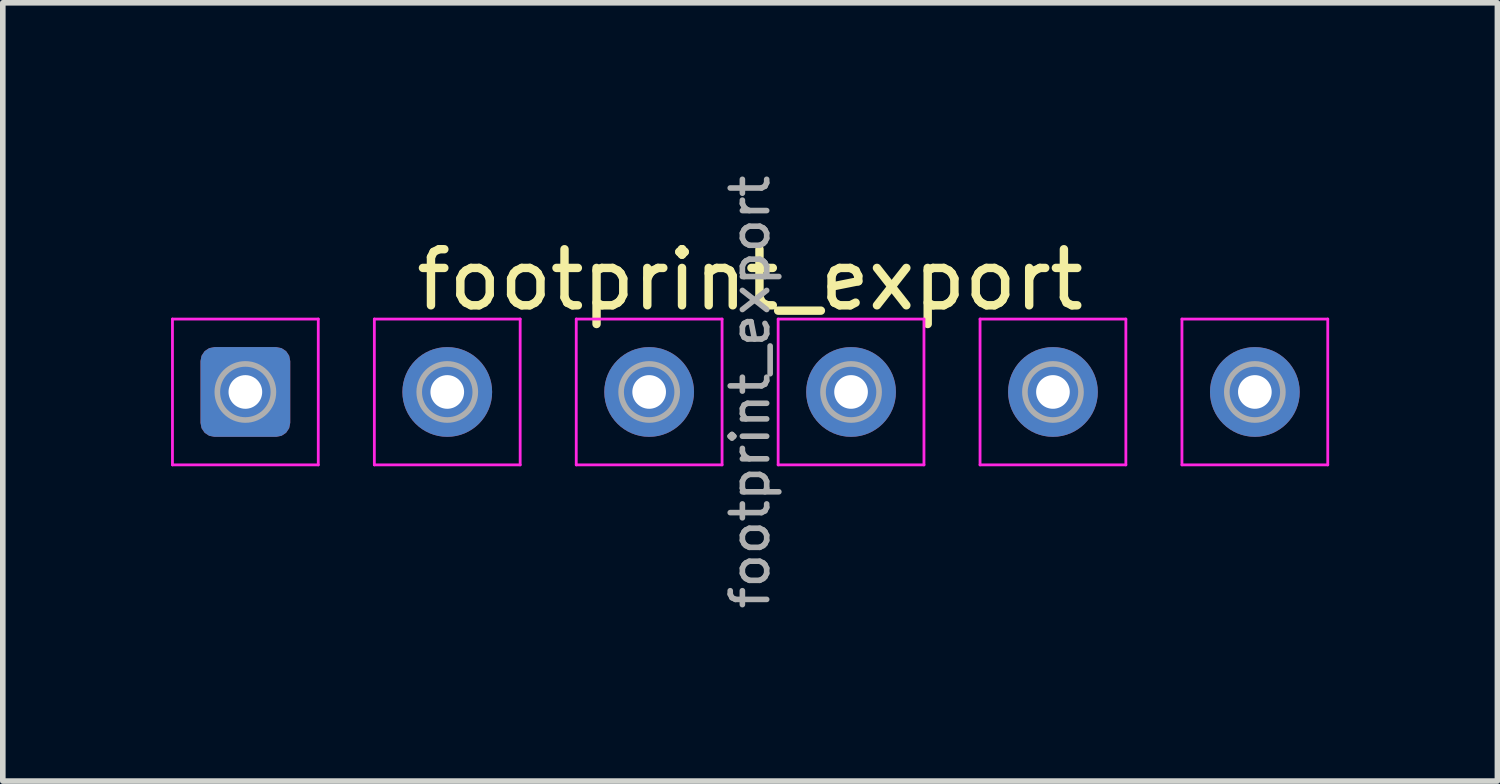
<source format=kicad_pcb>
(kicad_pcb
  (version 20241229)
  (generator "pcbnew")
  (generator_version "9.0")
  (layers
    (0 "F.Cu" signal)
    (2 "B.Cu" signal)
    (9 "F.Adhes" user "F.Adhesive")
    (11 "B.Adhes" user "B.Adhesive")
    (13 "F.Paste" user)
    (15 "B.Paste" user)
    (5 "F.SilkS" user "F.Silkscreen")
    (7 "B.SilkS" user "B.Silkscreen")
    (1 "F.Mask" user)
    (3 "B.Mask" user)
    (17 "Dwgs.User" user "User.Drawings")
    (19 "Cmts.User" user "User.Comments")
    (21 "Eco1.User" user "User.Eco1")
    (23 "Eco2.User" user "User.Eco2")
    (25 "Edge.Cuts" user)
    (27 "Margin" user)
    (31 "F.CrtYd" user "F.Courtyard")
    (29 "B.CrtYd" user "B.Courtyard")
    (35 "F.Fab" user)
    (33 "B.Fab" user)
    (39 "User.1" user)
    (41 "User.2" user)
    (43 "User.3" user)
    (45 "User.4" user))
  (footprint "footprint_export"
    (layer "F.Cu")
    (at 1.325 3.939)
    (property "Reference" "footprint_export" (at 9 -2 0) (layer "F.SilkS") (effects (font (size 1 1) (thickness 0.15))))
    (attr exclude_from_pos_files exclude_from_bom)
    (fp_line (start -1.3 -1.3) (end -1.3 1.3) (stroke (width 0.05) (type solid)) (layer "F.CrtYd"))
    (fp_line (start -1.3 1.3) (end 1.3 1.3) (stroke (width 0.05) (type solid)) (layer "F.CrtYd"))
    (fp_line (start 1.3 -1.3) (end -1.3 -1.3) (stroke (width 0.05) (type solid)) (layer "F.CrtYd"))
    (fp_line (start 1.3 1.3) (end 1.3 -1.3) (stroke (width 0.05) (type solid)) (layer "F.CrtYd"))
    (fp_line (start 2.3 -1.3) (end 2.3 1.3) (stroke (width 0.05) (type solid)) (layer "F.CrtYd"))
    (fp_line (start 2.3 1.3) (end 4.9 1.3) (stroke (width 0.05) (type solid)) (layer "F.CrtYd"))
    (fp_line (start 4.9 -1.3) (end 2.3 -1.3) (stroke (width 0.05) (type solid)) (layer "F.CrtYd"))
    (fp_line (start 4.9 1.3) (end 4.9 -1.3) (stroke (width 0.05) (type solid)) (layer "F.CrtYd"))
    (fp_line (start 5.9 -1.3) (end 5.9 1.3) (stroke (width 0.05) (type solid)) (layer "F.CrtYd"))
    (fp_line (start 5.9 1.3) (end 8.5 1.3) (stroke (width 0.05) (type solid)) (layer "F.CrtYd"))
    (fp_line (start 8.5 -1.3) (end 5.9 -1.3) (stroke (width 0.05) (type solid)) (layer "F.CrtYd"))
    (fp_line (start 8.5 1.3) (end 8.5 -1.3) (stroke (width 0.05) (type solid)) (layer "F.CrtYd"))
    (fp_line (start 9.5 -1.3) (end 9.5 1.3) (stroke (width 0.05) (type solid)) (layer "F.CrtYd"))
    (fp_line (start 9.5 1.3) (end 12.1 1.3) (stroke (width 0.05) (type solid)) (layer "F.CrtYd"))
    (fp_line (start 12.1 -1.3) (end 9.5 -1.3) (stroke (width 0.05) (type solid)) (layer "F.CrtYd"))
    (fp_line (start 12.1 1.3) (end 12.1 -1.3) (stroke (width 0.05) (type solid)) (layer "F.CrtYd"))
    (fp_line (start 13.1 -1.3) (end 13.1 1.3) (stroke (width 0.05) (type solid)) (layer "F.CrtYd"))
    (fp_line (start 13.1 1.3) (end 15.7 1.3) (stroke (width 0.05) (type solid)) (layer "F.CrtYd"))
    (fp_line (start 15.7 -1.3) (end 13.1 -1.3) (stroke (width 0.05) (type solid)) (layer "F.CrtYd"))
    (fp_line (start 15.7 1.3) (end 15.7 -1.3) (stroke (width 0.05) (type solid)) (layer "F.CrtYd"))
    (fp_line (start 16.7 -1.3) (end 16.7 1.3) (stroke (width 0.05) (type solid)) (layer "F.CrtYd"))
    (fp_line (start 16.7 1.3) (end 19.3 1.3) (stroke (width 0.05) (type solid)) (layer "F.CrtYd"))
    (fp_line (start 19.3 -1.3) (end 16.7 -1.3) (stroke (width 0.05) (type solid)) (layer "F.CrtYd"))
    (fp_line (start 19.3 1.3) (end 19.3 -1.3) (stroke (width 0.05) (type solid)) (layer "F.CrtYd"))
    (fp_circle (center 0 0) (end 0.5 0) (stroke (width 0.1) (type solid)) (fill no) (layer "F.Fab"))
    (fp_circle (center 3.6 0) (end 4.1 0) (stroke (width 0.1) (type solid)) (fill no) (layer "F.Fab"))
    (fp_circle (center 7.2 0) (end 7.7 0) (stroke (width 0.1) (type solid)) (fill no) (layer "F.Fab"))
    (fp_circle (center 10.8 0) (end 11.3 0) (stroke (width 0.1) (type solid)) (fill no) (layer "F.Fab"))
    (fp_circle (center 14.4 0) (end 14.9 0) (stroke (width 0.1) (type solid)) (fill no) (layer "F.Fab"))
    (fp_circle (center 18 0) (end 18.5 0) (stroke (width 0.1) (type solid)) (fill no) (layer "F.Fab"))
    (fp_text user "${REFERENCE}" (at 9 0 90) (layer "F.Fab") (effects (font (size 0.65 0.65) (thickness 0.1))))
    (pad "1" thru_hole roundrect (at 0 0) (size 1.6 1.6) (drill 0.6) (layers "*.Cu" "*.Mask") (roundrect_rratio 0.156))
    (pad "2" thru_hole circle (at 3.6 0) (size 1.6 1.6) (drill 0.6) (layers "*.Cu" "*.Mask"))
    (pad "3" thru_hole circle (at 7.2 0) (size 1.6 1.6) (drill 0.6) (layers "*.Cu" "*.Mask"))
    (pad "4" thru_hole circle (at 10.8 0) (size 1.6 1.6) (drill 0.6) (layers "*.Cu" "*.Mask"))
    (pad "5" thru_hole circle (at 14.4 0) (size 1.6 1.6) (drill 0.6) (layers "*.Cu" "*.Mask"))
    (pad "6" thru_hole circle (at 18 0) (size 1.6 1.6) (drill 0.6) (layers "*.Cu" "*.Mask")))
  (gr_rect
    (start -3 -3)
    (end 23.65 10.877)
    (stroke (width 0.1) (type default))
    (fill no)
    (layer "Edge.Cuts")))
</source>
